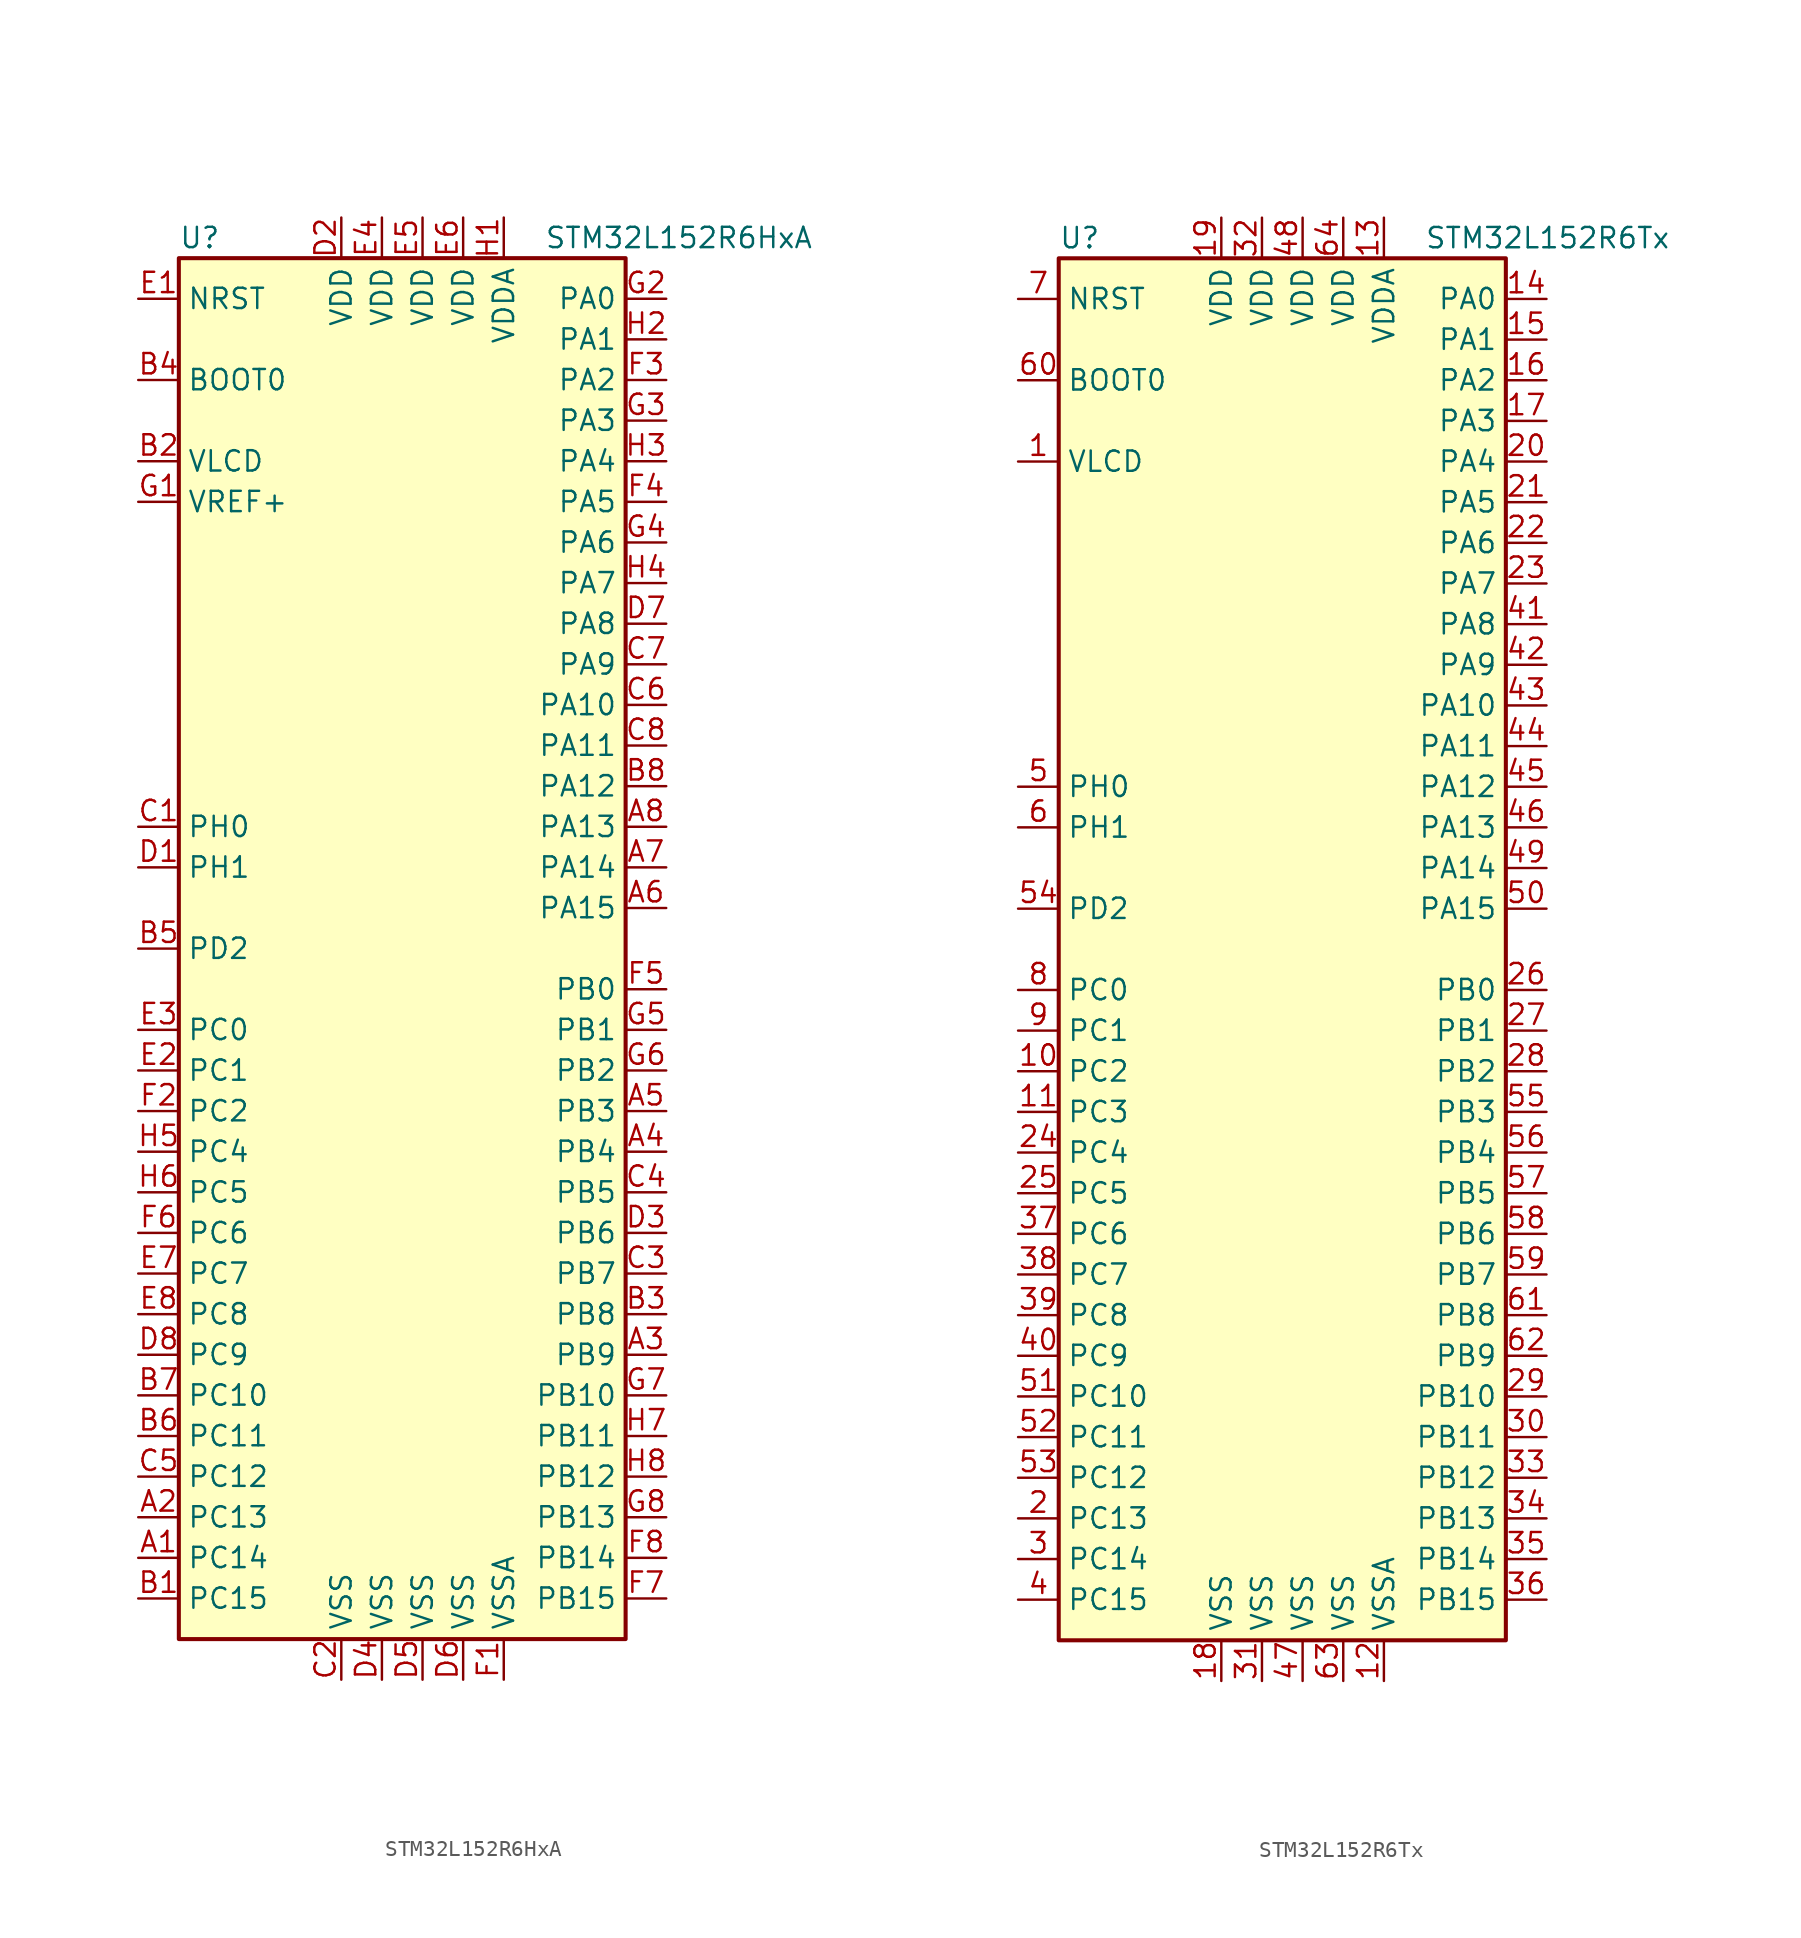
<source format=kicad_sym>
(kicad_symbol_lib
  (version 20201005)
  (generator kicad_symbol_editor)
  (symbol "MCU_ST_STM32L1:STM32L152R6HxA"
    (property "Reference" "U"
      (at -15.24 44.45 0)
      (effects (font (size 1.27 1.27)) (justify left)))
    (property "Value" "STM32L152R6HxA"
      (at 7.62 44.45 0)
      (effects (font (size 1.27 1.27)) (justify left)))
    (symbol "STM32L152R6HxA_0_1"
      (rectangle (start -15.24 -43.18) (end 12.7 43.18) (stroke (width 0.254)) (fill (type background))))
    (symbol "STM32L152R6HxA_1_1"
      (pin input line (at -17.78 35.56 0) (length 2.54) (name "BOOT0" (effects (font (size 1.27 1.27)))) (number "B4" (effects (font (size 1.27 1.27)))))
      (pin input line (at -17.78 40.64 0) (length 2.54) (name "NRST" (effects (font (size 1.27 1.27)))) (number "E1" (effects (font (size 1.27 1.27)))))
      (pin bidirectional line (at 15.24 40.64 180) (length 2.54) (name "PA0" (effects (font (size 1.27 1.27)))) (number "G2" (effects (font (size 1.27 1.27)))))
      (pin bidirectional line (at 15.24 38.1 180) (length 2.54) (name "PA1" (effects (font (size 1.27 1.27)))) (number "H2" (effects (font (size 1.27 1.27)))))
      (pin bidirectional line (at 15.24 15.24 180) (length 2.54) (name "PA10" (effects (font (size 1.27 1.27)))) (number "C6" (effects (font (size 1.27 1.27)))))
      (pin bidirectional line (at 15.24 12.7 180) (length 2.54) (name "PA11" (effects (font (size 1.27 1.27)))) (number "C8" (effects (font (size 1.27 1.27)))))
      (pin bidirectional line (at 15.24 10.16 180) (length 2.54) (name "PA12" (effects (font (size 1.27 1.27)))) (number "B8" (effects (font (size 1.27 1.27)))))
      (pin bidirectional line (at 15.24 7.62 180) (length 2.54) (name "PA13" (effects (font (size 1.27 1.27)))) (number "A8" (effects (font (size 1.27 1.27)))))
      (pin bidirectional line (at 15.24 5.08 180) (length 2.54) (name "PA14" (effects (font (size 1.27 1.27)))) (number "A7" (effects (font (size 1.27 1.27)))))
      (pin bidirectional line (at 15.24 2.54 180) (length 2.54) (name "PA15" (effects (font (size 1.27 1.27)))) (number "A6" (effects (font (size 1.27 1.27)))))
      (pin bidirectional line (at 15.24 35.56 180) (length 2.54) (name "PA2" (effects (font (size 1.27 1.27)))) (number "F3" (effects (font (size 1.27 1.27)))))
      (pin bidirectional line (at 15.24 33.02 180) (length 2.54) (name "PA3" (effects (font (size 1.27 1.27)))) (number "G3" (effects (font (size 1.27 1.27)))))
      (pin bidirectional line (at 15.24 30.48 180) (length 2.54) (name "PA4" (effects (font (size 1.27 1.27)))) (number "H3" (effects (font (size 1.27 1.27)))))
      (pin bidirectional line (at 15.24 27.94 180) (length 2.54) (name "PA5" (effects (font (size 1.27 1.27)))) (number "F4" (effects (font (size 1.27 1.27)))))
      (pin bidirectional line (at 15.24 25.4 180) (length 2.54) (name "PA6" (effects (font (size 1.27 1.27)))) (number "G4" (effects (font (size 1.27 1.27)))))
      (pin bidirectional line (at 15.24 22.86 180) (length 2.54) (name "PA7" (effects (font (size 1.27 1.27)))) (number "H4" (effects (font (size 1.27 1.27)))))
      (pin bidirectional line (at 15.24 20.32 180) (length 2.54) (name "PA8" (effects (font (size 1.27 1.27)))) (number "D7" (effects (font (size 1.27 1.27)))))
      (pin bidirectional line (at 15.24 17.78 180) (length 2.54) (name "PA9" (effects (font (size 1.27 1.27)))) (number "C7" (effects (font (size 1.27 1.27)))))
      (pin bidirectional line (at 15.24 -2.54 180) (length 2.54) (name "PB0" (effects (font (size 1.27 1.27)))) (number "F5" (effects (font (size 1.27 1.27)))))
      (pin bidirectional line (at 15.24 -5.08 180) (length 2.54) (name "PB1" (effects (font (size 1.27 1.27)))) (number "G5" (effects (font (size 1.27 1.27)))))
      (pin bidirectional line (at 15.24 -27.94 180) (length 2.54) (name "PB10" (effects (font (size 1.27 1.27)))) (number "G7" (effects (font (size 1.27 1.27)))))
      (pin bidirectional line (at 15.24 -30.48 180) (length 2.54) (name "PB11" (effects (font (size 1.27 1.27)))) (number "H7" (effects (font (size 1.27 1.27)))))
      (pin bidirectional line (at 15.24 -33.02 180) (length 2.54) (name "PB12" (effects (font (size 1.27 1.27)))) (number "H8" (effects (font (size 1.27 1.27)))))
      (pin bidirectional line (at 15.24 -35.56 180) (length 2.54) (name "PB13" (effects (font (size 1.27 1.27)))) (number "G8" (effects (font (size 1.27 1.27)))))
      (pin bidirectional line (at 15.24 -38.1 180) (length 2.54) (name "PB14" (effects (font (size 1.27 1.27)))) (number "F8" (effects (font (size 1.27 1.27)))))
      (pin bidirectional line (at 15.24 -40.64 180) (length 2.54) (name "PB15" (effects (font (size 1.27 1.27)))) (number "F7" (effects (font (size 1.27 1.27)))))
      (pin bidirectional line (at 15.24 -7.62 180) (length 2.54) (name "PB2" (effects (font (size 1.27 1.27)))) (number "G6" (effects (font (size 1.27 1.27)))))
      (pin bidirectional line (at 15.24 -10.16 180) (length 2.54) (name "PB3" (effects (font (size 1.27 1.27)))) (number "A5" (effects (font (size 1.27 1.27)))))
      (pin bidirectional line (at 15.24 -12.7 180) (length 2.54) (name "PB4" (effects (font (size 1.27 1.27)))) (number "A4" (effects (font (size 1.27 1.27)))))
      (pin bidirectional line (at 15.24 -15.24 180) (length 2.54) (name "PB5" (effects (font (size 1.27 1.27)))) (number "C4" (effects (font (size 1.27 1.27)))))
      (pin bidirectional line (at 15.24 -17.78 180) (length 2.54) (name "PB6" (effects (font (size 1.27 1.27)))) (number "D3" (effects (font (size 1.27 1.27)))))
      (pin bidirectional line (at 15.24 -20.32 180) (length 2.54) (name "PB7" (effects (font (size 1.27 1.27)))) (number "C3" (effects (font (size 1.27 1.27)))))
      (pin bidirectional line (at 15.24 -22.86 180) (length 2.54) (name "PB8" (effects (font (size 1.27 1.27)))) (number "B3" (effects (font (size 1.27 1.27)))))
      (pin bidirectional line (at 15.24 -25.4 180) (length 2.54) (name "PB9" (effects (font (size 1.27 1.27)))) (number "A3" (effects (font (size 1.27 1.27)))))
      (pin bidirectional line (at -17.78 -5.08 0) (length 2.54) (name "PC0" (effects (font (size 1.27 1.27)))) (number "E3" (effects (font (size 1.27 1.27)))))
      (pin bidirectional line (at -17.78 -7.62 0) (length 2.54) (name "PC1" (effects (font (size 1.27 1.27)))) (number "E2" (effects (font (size 1.27 1.27)))))
      (pin bidirectional line (at -17.78 -27.94 0) (length 2.54) (name "PC10" (effects (font (size 1.27 1.27)))) (number "B7" (effects (font (size 1.27 1.27)))))
      (pin bidirectional line (at -17.78 -30.48 0) (length 2.54) (name "PC11" (effects (font (size 1.27 1.27)))) (number "B6" (effects (font (size 1.27 1.27)))))
      (pin bidirectional line (at -17.78 -33.02 0) (length 2.54) (name "PC12" (effects (font (size 1.27 1.27)))) (number "C5" (effects (font (size 1.27 1.27)))))
      (pin bidirectional line (at -17.78 -35.56 0) (length 2.54) (name "PC13" (effects (font (size 1.27 1.27)))) (number "A2" (effects (font (size 1.27 1.27)))))
      (pin bidirectional line (at -17.78 -38.1 0) (length 2.54) (name "PC14" (effects (font (size 1.27 1.27)))) (number "A1" (effects (font (size 1.27 1.27)))))
      (pin bidirectional line (at -17.78 -40.64 0) (length 2.54) (name "PC15" (effects (font (size 1.27 1.27)))) (number "B1" (effects (font (size 1.27 1.27)))))
      (pin bidirectional line (at -17.78 -10.16 0) (length 2.54) (name "PC2" (effects (font (size 1.27 1.27)))) (number "F2" (effects (font (size 1.27 1.27)))))
      (pin bidirectional line (at -17.78 -12.7 0) (length 2.54) (name "PC4" (effects (font (size 1.27 1.27)))) (number "H5" (effects (font (size 1.27 1.27)))))
      (pin bidirectional line (at -17.78 -15.24 0) (length 2.54) (name "PC5" (effects (font (size 1.27 1.27)))) (number "H6" (effects (font (size 1.27 1.27)))))
      (pin bidirectional line (at -17.78 -17.78 0) (length 2.54) (name "PC6" (effects (font (size 1.27 1.27)))) (number "F6" (effects (font (size 1.27 1.27)))))
      (pin bidirectional line (at -17.78 -20.32 0) (length 2.54) (name "PC7" (effects (font (size 1.27 1.27)))) (number "E7" (effects (font (size 1.27 1.27)))))
      (pin bidirectional line (at -17.78 -22.86 0) (length 2.54) (name "PC8" (effects (font (size 1.27 1.27)))) (number "E8" (effects (font (size 1.27 1.27)))))
      (pin bidirectional line (at -17.78 -25.4 0) (length 2.54) (name "PC9" (effects (font (size 1.27 1.27)))) (number "D8" (effects (font (size 1.27 1.27)))))
      (pin bidirectional line (at -17.78 0 0) (length 2.54) (name "PD2" (effects (font (size 1.27 1.27)))) (number "B5" (effects (font (size 1.27 1.27)))))
      (pin input line (at -17.78 7.62 0) (length 2.54) (name "PH0" (effects (font (size 1.27 1.27)))) (number "C1" (effects (font (size 1.27 1.27)))))
      (pin input line (at -17.78 5.08 0) (length 2.54) (name "PH1" (effects (font (size 1.27 1.27)))) (number "D1" (effects (font (size 1.27 1.27)))))
      (pin power_in line (at -5.08 45.72 270) (length 2.54) (name "VDD" (effects (font (size 1.27 1.27)))) (number "D2" (effects (font (size 1.27 1.27)))))
      (pin power_in line (at -2.54 45.72 270) (length 2.54) (name "VDD" (effects (font (size 1.27 1.27)))) (number "E4" (effects (font (size 1.27 1.27)))))
      (pin power_in line (at 0 45.72 270) (length 2.54) (name "VDD" (effects (font (size 1.27 1.27)))) (number "E5" (effects (font (size 1.27 1.27)))))
      (pin power_in line (at 2.54 45.72 270) (length 2.54) (name "VDD" (effects (font (size 1.27 1.27)))) (number "E6" (effects (font (size 1.27 1.27)))))
      (pin power_in line (at 5.08 45.72 270) (length 2.54) (name "VDDA" (effects (font (size 1.27 1.27)))) (number "H1" (effects (font (size 1.27 1.27)))))
      (pin power_in line (at -17.78 30.48 0) (length 2.54) (name "VLCD" (effects (font (size 1.27 1.27)))) (number "B2" (effects (font (size 1.27 1.27)))))
      (pin power_in line (at -17.78 27.94 0) (length 2.54) (name "VREF+" (effects (font (size 1.27 1.27)))) (number "G1" (effects (font (size 1.27 1.27)))))
      (pin power_in line (at -5.08 -45.72 90) (length 2.54) (name "VSS" (effects (font (size 1.27 1.27)))) (number "C2" (effects (font (size 1.27 1.27)))))
      (pin power_in line (at -2.54 -45.72 90) (length 2.54) (name "VSS" (effects (font (size 1.27 1.27)))) (number "D4" (effects (font (size 1.27 1.27)))))
      (pin power_in line (at 0 -45.72 90) (length 2.54) (name "VSS" (effects (font (size 1.27 1.27)))) (number "D5" (effects (font (size 1.27 1.27)))))
      (pin power_in line (at 2.54 -45.72 90) (length 2.54) (name "VSS" (effects (font (size 1.27 1.27)))) (number "D6" (effects (font (size 1.27 1.27)))))
      (pin power_in line (at 5.08 -45.72 90) (length 2.54) (name "VSSA" (effects (font (size 1.27 1.27)))) (number "F1" (effects (font (size 1.27 1.27)))))))
  (symbol "MCU_ST_STM32L1:STM32L152R6Tx"
    (property "Reference" "U"
      (at -15.24 44.45 0)
      (effects (font (size 1.27 1.27)) (justify left)))
    (property "Value" "STM32L152R6Tx"
      (at 7.62 44.45 0)
      (effects (font (size 1.27 1.27)) (justify left)))
    (symbol "STM32L152R6Tx_0_1"
      (rectangle (start -15.24 -43.18) (end 12.7 43.18) (stroke (width 0.254)) (fill (type background))))
    (symbol "STM32L152R6Tx_1_1"
      (pin input line (at -17.78 35.56 0) (length 2.54) (name "BOOT0" (effects (font (size 1.27 1.27)))) (number "60" (effects (font (size 1.27 1.27)))))
      (pin input line (at -17.78 40.64 0) (length 2.54) (name "NRST" (effects (font (size 1.27 1.27)))) (number "7" (effects (font (size 1.27 1.27)))))
      (pin bidirectional line (at 15.24 40.64 180) (length 2.54) (name "PA0" (effects (font (size 1.27 1.27)))) (number "14" (effects (font (size 1.27 1.27)))))
      (pin bidirectional line (at 15.24 38.1 180) (length 2.54) (name "PA1" (effects (font (size 1.27 1.27)))) (number "15" (effects (font (size 1.27 1.27)))))
      (pin bidirectional line (at 15.24 15.24 180) (length 2.54) (name "PA10" (effects (font (size 1.27 1.27)))) (number "43" (effects (font (size 1.27 1.27)))))
      (pin bidirectional line (at 15.24 12.7 180) (length 2.54) (name "PA11" (effects (font (size 1.27 1.27)))) (number "44" (effects (font (size 1.27 1.27)))))
      (pin bidirectional line (at 15.24 10.16 180) (length 2.54) (name "PA12" (effects (font (size 1.27 1.27)))) (number "45" (effects (font (size 1.27 1.27)))))
      (pin bidirectional line (at 15.24 7.62 180) (length 2.54) (name "PA13" (effects (font (size 1.27 1.27)))) (number "46" (effects (font (size 1.27 1.27)))))
      (pin bidirectional line (at 15.24 5.08 180) (length 2.54) (name "PA14" (effects (font (size 1.27 1.27)))) (number "49" (effects (font (size 1.27 1.27)))))
      (pin bidirectional line (at 15.24 2.54 180) (length 2.54) (name "PA15" (effects (font (size 1.27 1.27)))) (number "50" (effects (font (size 1.27 1.27)))))
      (pin bidirectional line (at 15.24 35.56 180) (length 2.54) (name "PA2" (effects (font (size 1.27 1.27)))) (number "16" (effects (font (size 1.27 1.27)))))
      (pin bidirectional line (at 15.24 33.02 180) (length 2.54) (name "PA3" (effects (font (size 1.27 1.27)))) (number "17" (effects (font (size 1.27 1.27)))))
      (pin bidirectional line (at 15.24 30.48 180) (length 2.54) (name "PA4" (effects (font (size 1.27 1.27)))) (number "20" (effects (font (size 1.27 1.27)))))
      (pin bidirectional line (at 15.24 27.94 180) (length 2.54) (name "PA5" (effects (font (size 1.27 1.27)))) (number "21" (effects (font (size 1.27 1.27)))))
      (pin bidirectional line (at 15.24 25.4 180) (length 2.54) (name "PA6" (effects (font (size 1.27 1.27)))) (number "22" (effects (font (size 1.27 1.27)))))
      (pin bidirectional line (at 15.24 22.86 180) (length 2.54) (name "PA7" (effects (font (size 1.27 1.27)))) (number "23" (effects (font (size 1.27 1.27)))))
      (pin bidirectional line (at 15.24 20.32 180) (length 2.54) (name "PA8" (effects (font (size 1.27 1.27)))) (number "41" (effects (font (size 1.27 1.27)))))
      (pin bidirectional line (at 15.24 17.78 180) (length 2.54) (name "PA9" (effects (font (size 1.27 1.27)))) (number "42" (effects (font (size 1.27 1.27)))))
      (pin bidirectional line (at 15.24 -2.54 180) (length 2.54) (name "PB0" (effects (font (size 1.27 1.27)))) (number "26" (effects (font (size 1.27 1.27)))))
      (pin bidirectional line (at 15.24 -5.08 180) (length 2.54) (name "PB1" (effects (font (size 1.27 1.27)))) (number "27" (effects (font (size 1.27 1.27)))))
      (pin bidirectional line (at 15.24 -27.94 180) (length 2.54) (name "PB10" (effects (font (size 1.27 1.27)))) (number "29" (effects (font (size 1.27 1.27)))))
      (pin bidirectional line (at 15.24 -30.48 180) (length 2.54) (name "PB11" (effects (font (size 1.27 1.27)))) (number "30" (effects (font (size 1.27 1.27)))))
      (pin bidirectional line (at 15.24 -33.02 180) (length 2.54) (name "PB12" (effects (font (size 1.27 1.27)))) (number "33" (effects (font (size 1.27 1.27)))))
      (pin bidirectional line (at 15.24 -35.56 180) (length 2.54) (name "PB13" (effects (font (size 1.27 1.27)))) (number "34" (effects (font (size 1.27 1.27)))))
      (pin bidirectional line (at 15.24 -38.1 180) (length 2.54) (name "PB14" (effects (font (size 1.27 1.27)))) (number "35" (effects (font (size 1.27 1.27)))))
      (pin bidirectional line (at 15.24 -40.64 180) (length 2.54) (name "PB15" (effects (font (size 1.27 1.27)))) (number "36" (effects (font (size 1.27 1.27)))))
      (pin bidirectional line (at 15.24 -7.62 180) (length 2.54) (name "PB2" (effects (font (size 1.27 1.27)))) (number "28" (effects (font (size 1.27 1.27)))))
      (pin bidirectional line (at 15.24 -10.16 180) (length 2.54) (name "PB3" (effects (font (size 1.27 1.27)))) (number "55" (effects (font (size 1.27 1.27)))))
      (pin bidirectional line (at 15.24 -12.7 180) (length 2.54) (name "PB4" (effects (font (size 1.27 1.27)))) (number "56" (effects (font (size 1.27 1.27)))))
      (pin bidirectional line (at 15.24 -15.24 180) (length 2.54) (name "PB5" (effects (font (size 1.27 1.27)))) (number "57" (effects (font (size 1.27 1.27)))))
      (pin bidirectional line (at 15.24 -17.78 180) (length 2.54) (name "PB6" (effects (font (size 1.27 1.27)))) (number "58" (effects (font (size 1.27 1.27)))))
      (pin bidirectional line (at 15.24 -20.32 180) (length 2.54) (name "PB7" (effects (font (size 1.27 1.27)))) (number "59" (effects (font (size 1.27 1.27)))))
      (pin bidirectional line (at 15.24 -22.86 180) (length 2.54) (name "PB8" (effects (font (size 1.27 1.27)))) (number "61" (effects (font (size 1.27 1.27)))))
      (pin bidirectional line (at 15.24 -25.4 180) (length 2.54) (name "PB9" (effects (font (size 1.27 1.27)))) (number "62" (effects (font (size 1.27 1.27)))))
      (pin bidirectional line (at -17.78 -2.54 0) (length 2.54) (name "PC0" (effects (font (size 1.27 1.27)))) (number "8" (effects (font (size 1.27 1.27)))))
      (pin bidirectional line (at -17.78 -5.08 0) (length 2.54) (name "PC1" (effects (font (size 1.27 1.27)))) (number "9" (effects (font (size 1.27 1.27)))))
      (pin bidirectional line (at -17.78 -27.94 0) (length 2.54) (name "PC10" (effects (font (size 1.27 1.27)))) (number "51" (effects (font (size 1.27 1.27)))))
      (pin bidirectional line (at -17.78 -30.48 0) (length 2.54) (name "PC11" (effects (font (size 1.27 1.27)))) (number "52" (effects (font (size 1.27 1.27)))))
      (pin bidirectional line (at -17.78 -33.02 0) (length 2.54) (name "PC12" (effects (font (size 1.27 1.27)))) (number "53" (effects (font (size 1.27 1.27)))))
      (pin bidirectional line (at -17.78 -35.56 0) (length 2.54) (name "PC13" (effects (font (size 1.27 1.27)))) (number "2" (effects (font (size 1.27 1.27)))))
      (pin bidirectional line (at -17.78 -38.1 0) (length 2.54) (name "PC14" (effects (font (size 1.27 1.27)))) (number "3" (effects (font (size 1.27 1.27)))))
      (pin bidirectional line (at -17.78 -40.64 0) (length 2.54) (name "PC15" (effects (font (size 1.27 1.27)))) (number "4" (effects (font (size 1.27 1.27)))))
      (pin bidirectional line (at -17.78 -7.62 0) (length 2.54) (name "PC2" (effects (font (size 1.27 1.27)))) (number "10" (effects (font (size 1.27 1.27)))))
      (pin bidirectional line (at -17.78 -10.16 0) (length 2.54) (name "PC3" (effects (font (size 1.27 1.27)))) (number "11" (effects (font (size 1.27 1.27)))))
      (pin bidirectional line (at -17.78 -12.7 0) (length 2.54) (name "PC4" (effects (font (size 1.27 1.27)))) (number "24" (effects (font (size 1.27 1.27)))))
      (pin bidirectional line (at -17.78 -15.24 0) (length 2.54) (name "PC5" (effects (font (size 1.27 1.27)))) (number "25" (effects (font (size 1.27 1.27)))))
      (pin bidirectional line (at -17.78 -17.78 0) (length 2.54) (name "PC6" (effects (font (size 1.27 1.27)))) (number "37" (effects (font (size 1.27 1.27)))))
      (pin bidirectional line (at -17.78 -20.32 0) (length 2.54) (name "PC7" (effects (font (size 1.27 1.27)))) (number "38" (effects (font (size 1.27 1.27)))))
      (pin bidirectional line (at -17.78 -22.86 0) (length 2.54) (name "PC8" (effects (font (size 1.27 1.27)))) (number "39" (effects (font (size 1.27 1.27)))))
      (pin bidirectional line (at -17.78 -25.4 0) (length 2.54) (name "PC9" (effects (font (size 1.27 1.27)))) (number "40" (effects (font (size 1.27 1.27)))))
      (pin bidirectional line (at -17.78 2.54 0) (length 2.54) (name "PD2" (effects (font (size 1.27 1.27)))) (number "54" (effects (font (size 1.27 1.27)))))
      (pin input line (at -17.78 10.16 0) (length 2.54) (name "PH0" (effects (font (size 1.27 1.27)))) (number "5" (effects (font (size 1.27 1.27)))))
      (pin input line (at -17.78 7.62 0) (length 2.54) (name "PH1" (effects (font (size 1.27 1.27)))) (number "6" (effects (font (size 1.27 1.27)))))
      (pin power_in line (at -5.08 45.72 270) (length 2.54) (name "VDD" (effects (font (size 1.27 1.27)))) (number "19" (effects (font (size 1.27 1.27)))))
      (pin power_in line (at -2.54 45.72 270) (length 2.54) (name "VDD" (effects (font (size 1.27 1.27)))) (number "32" (effects (font (size 1.27 1.27)))))
      (pin power_in line (at 0 45.72 270) (length 2.54) (name "VDD" (effects (font (size 1.27 1.27)))) (number "48" (effects (font (size 1.27 1.27)))))
      (pin power_in line (at 2.54 45.72 270) (length 2.54) (name "VDD" (effects (font (size 1.27 1.27)))) (number "64" (effects (font (size 1.27 1.27)))))
      (pin power_in line (at 5.08 45.72 270) (length 2.54) (name "VDDA" (effects (font (size 1.27 1.27)))) (number "13" (effects (font (size 1.27 1.27)))))
      (pin power_in line (at -17.78 30.48 0) (length 2.54) (name "VLCD" (effects (font (size 1.27 1.27)))) (number "1" (effects (font (size 1.27 1.27)))))
      (pin power_in line (at -5.08 -45.72 90) (length 2.54) (name "VSS" (effects (font (size 1.27 1.27)))) (number "18" (effects (font (size 1.27 1.27)))))
      (pin power_in line (at -2.54 -45.72 90) (length 2.54) (name "VSS" (effects (font (size 1.27 1.27)))) (number "31" (effects (font (size 1.27 1.27)))))
      (pin power_in line (at 0 -45.72 90) (length 2.54) (name "VSS" (effects (font (size 1.27 1.27)))) (number "47" (effects (font (size 1.27 1.27)))))
      (pin power_in line (at 2.54 -45.72 90) (length 2.54) (name "VSS" (effects (font (size 1.27 1.27)))) (number "63" (effects (font (size 1.27 1.27)))))
      (pin power_in line (at 5.08 -45.72 90) (length 2.54) (name "VSSA" (effects (font (size 1.27 1.27)))) (number "12" (effects (font (size 1.27 1.27))))))))
</source>
